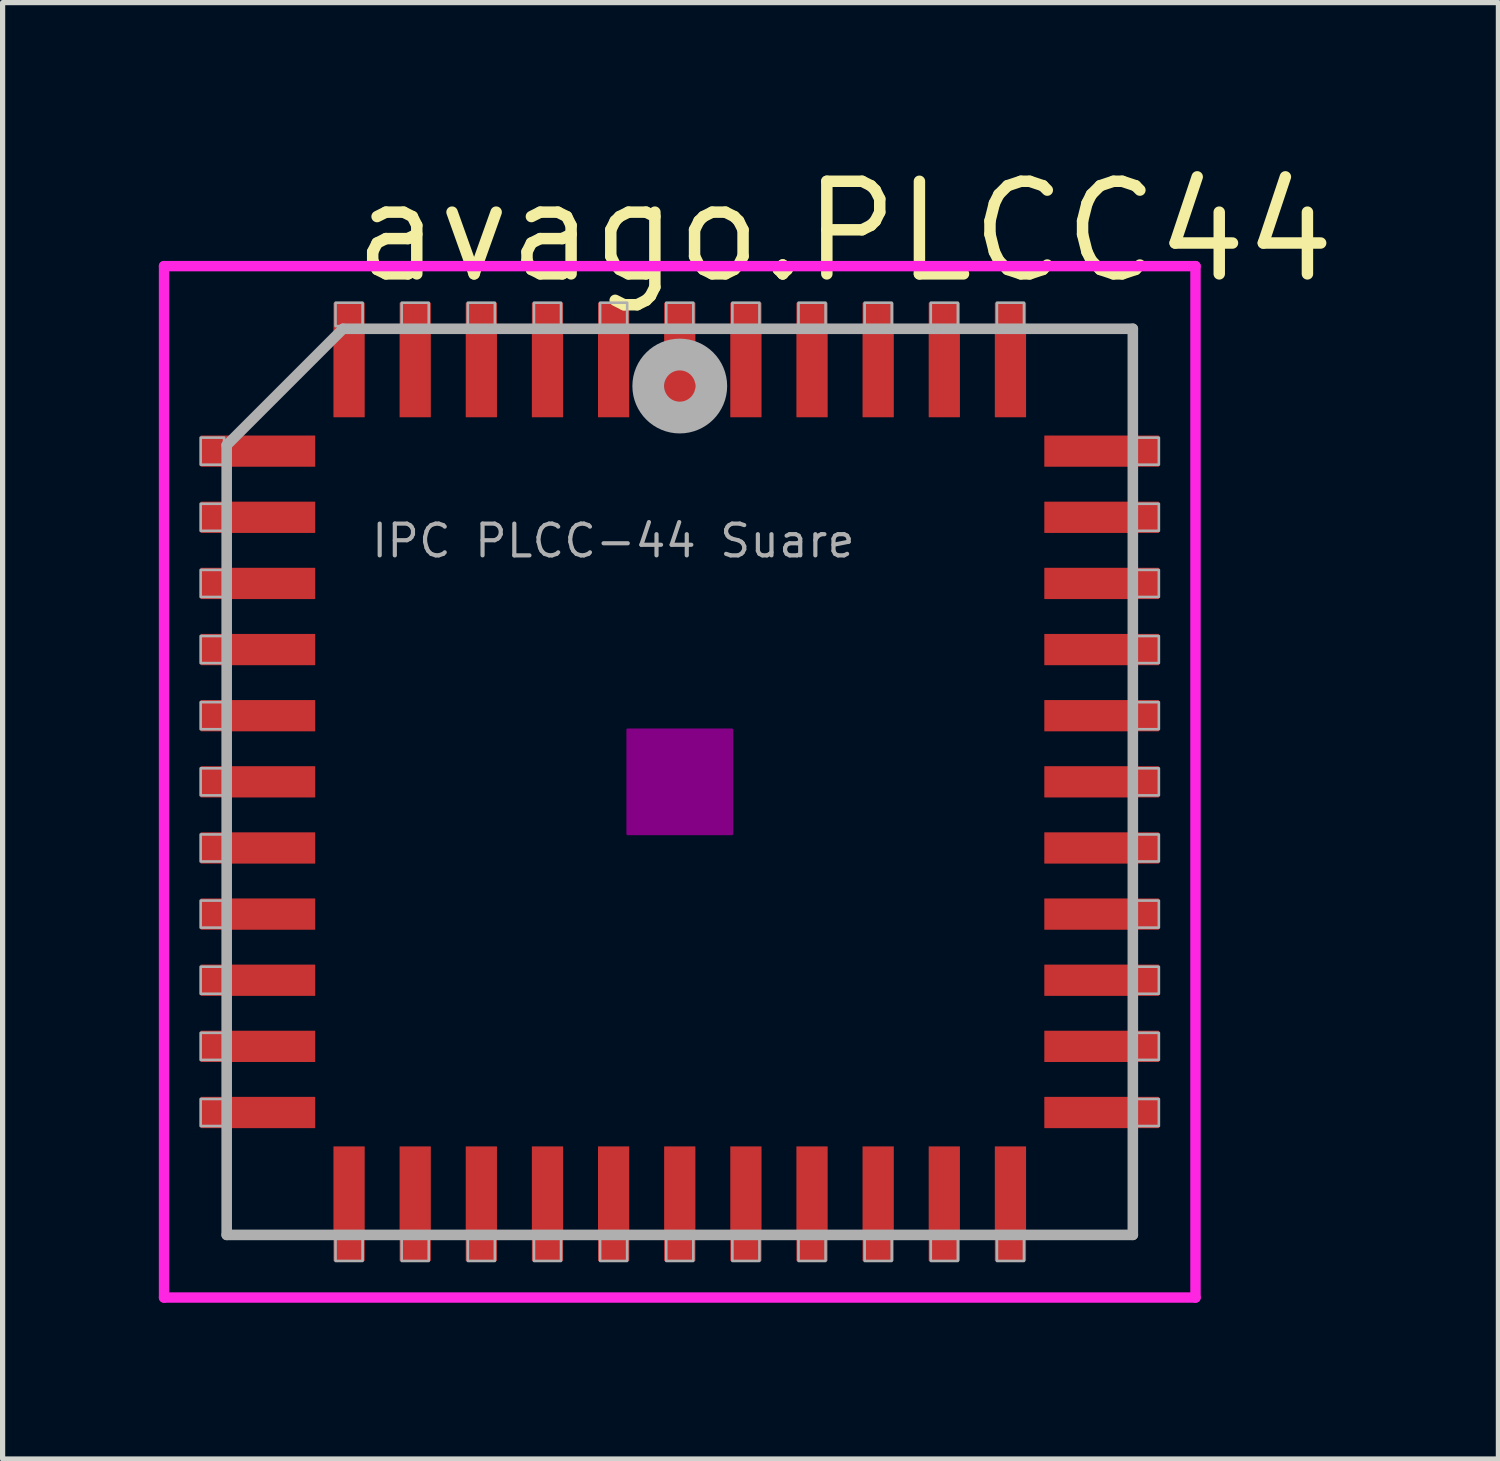
<source format=kicad_pcb>
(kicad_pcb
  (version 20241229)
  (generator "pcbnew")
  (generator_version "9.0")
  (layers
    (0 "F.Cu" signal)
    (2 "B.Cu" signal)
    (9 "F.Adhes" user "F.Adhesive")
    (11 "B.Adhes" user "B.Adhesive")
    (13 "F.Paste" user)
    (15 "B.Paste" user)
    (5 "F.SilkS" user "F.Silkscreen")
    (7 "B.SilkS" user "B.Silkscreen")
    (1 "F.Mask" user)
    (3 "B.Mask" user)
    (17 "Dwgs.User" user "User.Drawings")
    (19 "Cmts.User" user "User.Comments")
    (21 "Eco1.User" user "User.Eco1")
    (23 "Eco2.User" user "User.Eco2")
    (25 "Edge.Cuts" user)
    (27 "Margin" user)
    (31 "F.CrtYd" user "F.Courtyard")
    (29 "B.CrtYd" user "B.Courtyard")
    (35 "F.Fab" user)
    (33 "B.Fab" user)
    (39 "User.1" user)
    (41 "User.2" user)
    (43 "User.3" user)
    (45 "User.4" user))
  (footprint "avago.PLCC44"
    (layer "F.Cu")
    (at 10.003 11.963)
    (property "Reference" "avago.PLCC44" (at -6.38 -9.525 0) (layer "F.SilkS") (effects (font (size 1.778 1.778) (thickness 0.22)) (justify left bottom)))
    (attr smd)
    (fp_rect (start -1 1) (end 1 -1) (stroke (width 0.05) (type default)) (fill yes) (layer "F.Adhes"))
    (fp_line (start -9.903 -9.903) (end 9.903 -9.903) (stroke (width 0.2) (type default)) (layer "F.CrtYd"))
    (fp_line (start -9.903 9.903) (end -9.903 -9.903) (stroke (width 0.2) (type default)) (layer "F.CrtYd"))
    (fp_line (start 9.903 -9.903) (end 9.903 9.903) (stroke (width 0.2) (type default)) (layer "F.CrtYd"))
    (fp_line (start 9.903 9.903) (end -9.903 9.903) (stroke (width 0.2) (type default)) (layer "F.CrtYd"))
    (fp_line (start -8.7 -6.465) (end -8.7 8.7) (stroke (width 0.203) (type default)) (layer "F.Fab"))
    (fp_line (start -8.7 8.7) (end 8.7 8.7) (stroke (width 0.203) (type default)) (layer "F.Fab"))
    (fp_line (start -6.465 -8.7) (end -8.7 -6.465) (stroke (width 0.203) (type default)) (layer "F.Fab"))
    (fp_line (start 8.7 -8.7) (end -6.465 -8.7) (stroke (width 0.203) (type default)) (layer "F.Fab"))
    (fp_line (start 8.7 8.7) (end 8.7 -8.7) (stroke (width 0.203) (type default)) (layer "F.Fab"))
    (fp_rect (start -9.2 -6.09) (end -8.75 -6.61) (stroke (width 0.05) (type default)) (fill no) (layer "F.Fab"))
    (fp_rect (start -9.2 -4.82) (end -8.75 -5.34) (stroke (width 0.05) (type default)) (fill no) (layer "F.Fab"))
    (fp_rect (start -9.2 -3.55) (end -8.75 -4.07) (stroke (width 0.05) (type default)) (fill no) (layer "F.Fab"))
    (fp_rect (start -9.2 -2.28) (end -8.75 -2.8) (stroke (width 0.05) (type default)) (fill no) (layer "F.Fab"))
    (fp_rect (start -9.2 -1.01) (end -8.75 -1.53) (stroke (width 0.05) (type default)) (fill no) (layer "F.Fab"))
    (fp_rect (start -9.2 0.26) (end -8.75 -0.26) (stroke (width 0.05) (type default)) (fill no) (layer "F.Fab"))
    (fp_rect (start -9.2 1.53) (end -8.75 1.01) (stroke (width 0.05) (type default)) (fill no) (layer "F.Fab"))
    (fp_rect (start -9.2 2.8) (end -8.75 2.28) (stroke (width 0.05) (type default)) (fill no) (layer "F.Fab"))
    (fp_rect (start -9.2 4.07) (end -8.75 3.55) (stroke (width 0.05) (type default)) (fill no) (layer "F.Fab"))
    (fp_rect (start -9.2 5.34) (end -8.75 4.82) (stroke (width 0.05) (type default)) (fill no) (layer "F.Fab"))
    (fp_rect (start -9.2 6.61) (end -8.75 6.09) (stroke (width 0.05) (type default)) (fill no) (layer "F.Fab"))
    (fp_rect (start -6.61 -8.75) (end -6.09 -9.2) (stroke (width 0.05) (type default)) (fill no) (layer "F.Fab"))
    (fp_rect (start -6.61 9.2) (end -6.09 8.75) (stroke (width 0.05) (type default)) (fill no) (layer "F.Fab"))
    (fp_rect (start -5.34 -8.75) (end -4.82 -9.2) (stroke (width 0.05) (type default)) (fill no) (layer "F.Fab"))
    (fp_rect (start -5.34 9.2) (end -4.82 8.75) (stroke (width 0.05) (type default)) (fill no) (layer "F.Fab"))
    (fp_rect (start -4.07 -8.75) (end -3.55 -9.2) (stroke (width 0.05) (type default)) (fill no) (layer "F.Fab"))
    (fp_rect (start -4.07 9.2) (end -3.55 8.75) (stroke (width 0.05) (type default)) (fill no) (layer "F.Fab"))
    (fp_rect (start -2.8 -8.75) (end -2.28 -9.2) (stroke (width 0.05) (type default)) (fill no) (layer "F.Fab"))
    (fp_rect (start -2.8 9.2) (end -2.28 8.75) (stroke (width 0.05) (type default)) (fill no) (layer "F.Fab"))
    (fp_rect (start -1.53 -8.75) (end -1.01 -9.2) (stroke (width 0.05) (type default)) (fill no) (layer "F.Fab"))
    (fp_rect (start -1.53 9.2) (end -1.01 8.75) (stroke (width 0.05) (type default)) (fill no) (layer "F.Fab"))
    (fp_rect (start -0.26 -8.75) (end 0.26 -9.2) (stroke (width 0.05) (type default)) (fill no) (layer "F.Fab"))
    (fp_rect (start -0.26 9.2) (end 0.26 8.75) (stroke (width 0.05) (type default)) (fill no) (layer "F.Fab"))
    (fp_rect (start 1.01 -8.75) (end 1.53 -9.2) (stroke (width 0.05) (type default)) (fill no) (layer "F.Fab"))
    (fp_rect (start 1.01 9.2) (end 1.53 8.75) (stroke (width 0.05) (type default)) (fill no) (layer "F.Fab"))
    (fp_rect (start 2.28 -8.75) (end 2.8 -9.2) (stroke (width 0.05) (type default)) (fill no) (layer "F.Fab"))
    (fp_rect (start 2.28 9.2) (end 2.8 8.75) (stroke (width 0.05) (type default)) (fill no) (layer "F.Fab"))
    (fp_rect (start 3.55 -8.75) (end 4.07 -9.2) (stroke (width 0.05) (type default)) (fill no) (layer "F.Fab"))
    (fp_rect (start 3.55 9.2) (end 4.07 8.75) (stroke (width 0.05) (type default)) (fill no) (layer "F.Fab"))
    (fp_rect (start 4.82 -8.75) (end 5.34 -9.2) (stroke (width 0.05) (type default)) (fill no) (layer "F.Fab"))
    (fp_rect (start 4.82 9.2) (end 5.34 8.75) (stroke (width 0.05) (type default)) (fill no) (layer "F.Fab"))
    (fp_rect (start 6.09 -8.75) (end 6.61 -9.2) (stroke (width 0.05) (type default)) (fill no) (layer "F.Fab"))
    (fp_rect (start 6.09 9.2) (end 6.61 8.75) (stroke (width 0.05) (type default)) (fill no) (layer "F.Fab"))
    (fp_rect (start 8.75 -6.09) (end 9.2 -6.61) (stroke (width 0.05) (type default)) (fill no) (layer "F.Fab"))
    (fp_rect (start 8.75 -4.82) (end 9.2 -5.34) (stroke (width 0.05) (type default)) (fill no) (layer "F.Fab"))
    (fp_rect (start 8.75 -3.55) (end 9.2 -4.07) (stroke (width 0.05) (type default)) (fill no) (layer "F.Fab"))
    (fp_rect (start 8.75 -2.28) (end 9.2 -2.8) (stroke (width 0.05) (type default)) (fill no) (layer "F.Fab"))
    (fp_rect (start 8.75 -1.01) (end 9.2 -1.53) (stroke (width 0.05) (type default)) (fill no) (layer "F.Fab"))
    (fp_rect (start 8.75 0.26) (end 9.2 -0.26) (stroke (width 0.05) (type default)) (fill no) (layer "F.Fab"))
    (fp_rect (start 8.75 1.53) (end 9.2 1.01) (stroke (width 0.05) (type default)) (fill no) (layer "F.Fab"))
    (fp_rect (start 8.75 2.8) (end 9.2 2.28) (stroke (width 0.05) (type default)) (fill no) (layer "F.Fab"))
    (fp_rect (start 8.75 4.07) (end 9.2 3.55) (stroke (width 0.05) (type default)) (fill no) (layer "F.Fab"))
    (fp_rect (start 8.75 5.34) (end 9.2 4.82) (stroke (width 0.05) (type default)) (fill no) (layer "F.Fab"))
    (fp_rect (start 8.75 6.61) (end 9.2 6.09) (stroke (width 0.05) (type default)) (fill no) (layer "F.Fab"))
    (fp_circle (center 0 -7.6) (end 0.3 -7.6) (stroke (width 0.61) (type default)) (fill no) (layer "F.Fab"))
    (fp_text user "IPC PLCC-44 Suare" (at -5.96 -4.27 0) (layer "F.Fab") (effects (font (size 0.61 0.61) (thickness 0.08)) (justify left bottom)))
    (pad "1" smd roundrect (at 0 -8.1) (size 0.6 2.2) (layers "F.Cu" "F.Mask" "F.Paste") (roundrect_rratio 0.01))
    (pad "2" smd roundrect (at -1.27 -8.1) (size 0.6 2.2) (layers "F.Cu" "F.Mask" "F.Paste") (roundrect_rratio 0.01))
    (pad "3" smd roundrect (at -2.54 -8.1) (size 0.6 2.2) (layers "F.Cu" "F.Mask" "F.Paste") (roundrect_rratio 0.01))
    (pad "4" smd roundrect (at -3.81 -8.1) (size 0.6 2.2) (layers "F.Cu" "F.Mask" "F.Paste") (roundrect_rratio 0.01))
    (pad "5" smd roundrect (at -5.08 -8.1) (size 0.6 2.2) (layers "F.Cu" "F.Mask" "F.Paste") (roundrect_rratio 0.01))
    (pad "6" smd roundrect (at -6.35 -8.1) (size 0.6 2.2) (layers "F.Cu" "F.Mask" "F.Paste") (roundrect_rratio 0.01))
    (pad "7" smd roundrect (at -8.1 -6.35) (size 2.2 0.6) (layers "F.Cu" "F.Mask" "F.Paste") (roundrect_rratio 0.01))
    (pad "8" smd roundrect (at -8.1 -5.08) (size 2.2 0.6) (layers "F.Cu" "F.Mask" "F.Paste") (roundrect_rratio 0.01))
    (pad "9" smd roundrect (at -8.1 -3.81) (size 2.2 0.6) (layers "F.Cu" "F.Mask" "F.Paste") (roundrect_rratio 0.01))
    (pad "10" smd roundrect (at -8.1 -2.54) (size 2.2 0.6) (layers "F.Cu" "F.Mask" "F.Paste") (roundrect_rratio 0.01))
    (pad "11" smd roundrect (at -8.1 -1.27) (size 2.2 0.6) (layers "F.Cu" "F.Mask" "F.Paste") (roundrect_rratio 0.01))
    (pad "12" smd roundrect (at -8.1 0) (size 2.2 0.6) (layers "F.Cu" "F.Mask" "F.Paste") (roundrect_rratio 0.01))
    (pad "13" smd roundrect (at -8.1 1.27) (size 2.2 0.6) (layers "F.Cu" "F.Mask" "F.Paste") (roundrect_rratio 0.01))
    (pad "14" smd roundrect (at -8.1 2.54) (size 2.2 0.6) (layers "F.Cu" "F.Mask" "F.Paste") (roundrect_rratio 0.01))
    (pad "15" smd roundrect (at -8.1 3.81) (size 2.2 0.6) (layers "F.Cu" "F.Mask" "F.Paste") (roundrect_rratio 0.01))
    (pad "16" smd roundrect (at -8.1 5.08) (size 2.2 0.6) (layers "F.Cu" "F.Mask" "F.Paste") (roundrect_rratio 0.01))
    (pad "17" smd roundrect (at -8.1 6.35) (size 2.2 0.6) (layers "F.Cu" "F.Mask" "F.Paste") (roundrect_rratio 0.01))
    (pad "18" smd roundrect (at -6.35 8.1) (size 0.6 2.2) (layers "F.Cu" "F.Mask" "F.Paste") (roundrect_rratio 0.01))
    (pad "19" smd roundrect (at -5.08 8.1) (size 0.6 2.2) (layers "F.Cu" "F.Mask" "F.Paste") (roundrect_rratio 0.01))
    (pad "20" smd roundrect (at -3.81 8.1) (size 0.6 2.2) (layers "F.Cu" "F.Mask" "F.Paste") (roundrect_rratio 0.01))
    (pad "21" smd roundrect (at -2.54 8.1) (size 0.6 2.2) (layers "F.Cu" "F.Mask" "F.Paste") (roundrect_rratio 0.01))
    (pad "22" smd roundrect (at -1.27 8.1) (size 0.6 2.2) (layers "F.Cu" "F.Mask" "F.Paste") (roundrect_rratio 0.01))
    (pad "23" smd roundrect (at 0 8.1) (size 0.6 2.2) (layers "F.Cu" "F.Mask" "F.Paste") (roundrect_rratio 0.01))
    (pad "24" smd roundrect (at 1.27 8.1) (size 0.6 2.2) (layers "F.Cu" "F.Mask" "F.Paste") (roundrect_rratio 0.01))
    (pad "25" smd roundrect (at 2.54 8.1) (size 0.6 2.2) (layers "F.Cu" "F.Mask" "F.Paste") (roundrect_rratio 0.01))
    (pad "26" smd roundrect (at 3.81 8.1) (size 0.6 2.2) (layers "F.Cu" "F.Mask" "F.Paste") (roundrect_rratio 0.01))
    (pad "27" smd roundrect (at 5.08 8.1) (size 0.6 2.2) (layers "F.Cu" "F.Mask" "F.Paste") (roundrect_rratio 0.01))
    (pad "28" smd roundrect (at 6.35 8.1) (size 0.6 2.2) (layers "F.Cu" "F.Mask" "F.Paste") (roundrect_rratio 0.01))
    (pad "29" smd roundrect (at 8.1 6.35) (size 2.2 0.6) (layers "F.Cu" "F.Mask" "F.Paste") (roundrect_rratio 0.01))
    (pad "30" smd roundrect (at 8.1 5.08) (size 2.2 0.6) (layers "F.Cu" "F.Mask" "F.Paste") (roundrect_rratio 0.01))
    (pad "31" smd roundrect (at 8.1 3.81) (size 2.2 0.6) (layers "F.Cu" "F.Mask" "F.Paste") (roundrect_rratio 0.01))
    (pad "32" smd roundrect (at 8.1 2.54) (size 2.2 0.6) (layers "F.Cu" "F.Mask" "F.Paste") (roundrect_rratio 0.01))
    (pad "33" smd roundrect (at 8.1 1.27) (size 2.2 0.6) (layers "F.Cu" "F.Mask" "F.Paste") (roundrect_rratio 0.01))
    (pad "34" smd roundrect (at 8.1 0) (size 2.2 0.6) (layers "F.Cu" "F.Mask" "F.Paste") (roundrect_rratio 0.01))
    (pad "35" smd roundrect (at 8.1 -1.27) (size 2.2 0.6) (layers "F.Cu" "F.Mask" "F.Paste") (roundrect_rratio 0.01))
    (pad "36" smd roundrect (at 8.1 -2.54) (size 2.2 0.6) (layers "F.Cu" "F.Mask" "F.Paste") (roundrect_rratio 0.01))
    (pad "37" smd roundrect (at 8.1 -3.81) (size 2.2 0.6) (layers "F.Cu" "F.Mask" "F.Paste") (roundrect_rratio 0.01))
    (pad "38" smd roundrect (at 8.1 -5.08) (size 2.2 0.6) (layers "F.Cu" "F.Mask" "F.Paste") (roundrect_rratio 0.01))
    (pad "39" smd roundrect (at 8.1 -6.35) (size 2.2 0.6) (layers "F.Cu" "F.Mask" "F.Paste") (roundrect_rratio 0.01))
    (pad "40" smd roundrect (at 6.35 -8.1) (size 0.6 2.2) (layers "F.Cu" "F.Mask" "F.Paste") (roundrect_rratio 0.01))
    (pad "41" smd roundrect (at 5.08 -8.1) (size 0.6 2.2) (layers "F.Cu" "F.Mask" "F.Paste") (roundrect_rratio 0.01))
    (pad "42" smd roundrect (at 3.81 -8.1) (size 0.6 2.2) (layers "F.Cu" "F.Mask" "F.Paste") (roundrect_rratio 0.01))
    (pad "43" smd roundrect (at 2.54 -8.1) (size 0.6 2.2) (layers "F.Cu" "F.Mask" "F.Paste") (roundrect_rratio 0.01))
    (pad "44" smd roundrect (at 1.27 -8.1) (size 0.6 2.2) (layers "F.Cu" "F.Mask" "F.Paste") (roundrect_rratio 0.01)))
  (gr_rect
    (start -3 -3)
    (end 25.723 24.966)
    (stroke (width 0.1) (type default))
    (fill no)
    (layer "Edge.Cuts")))
</source>
